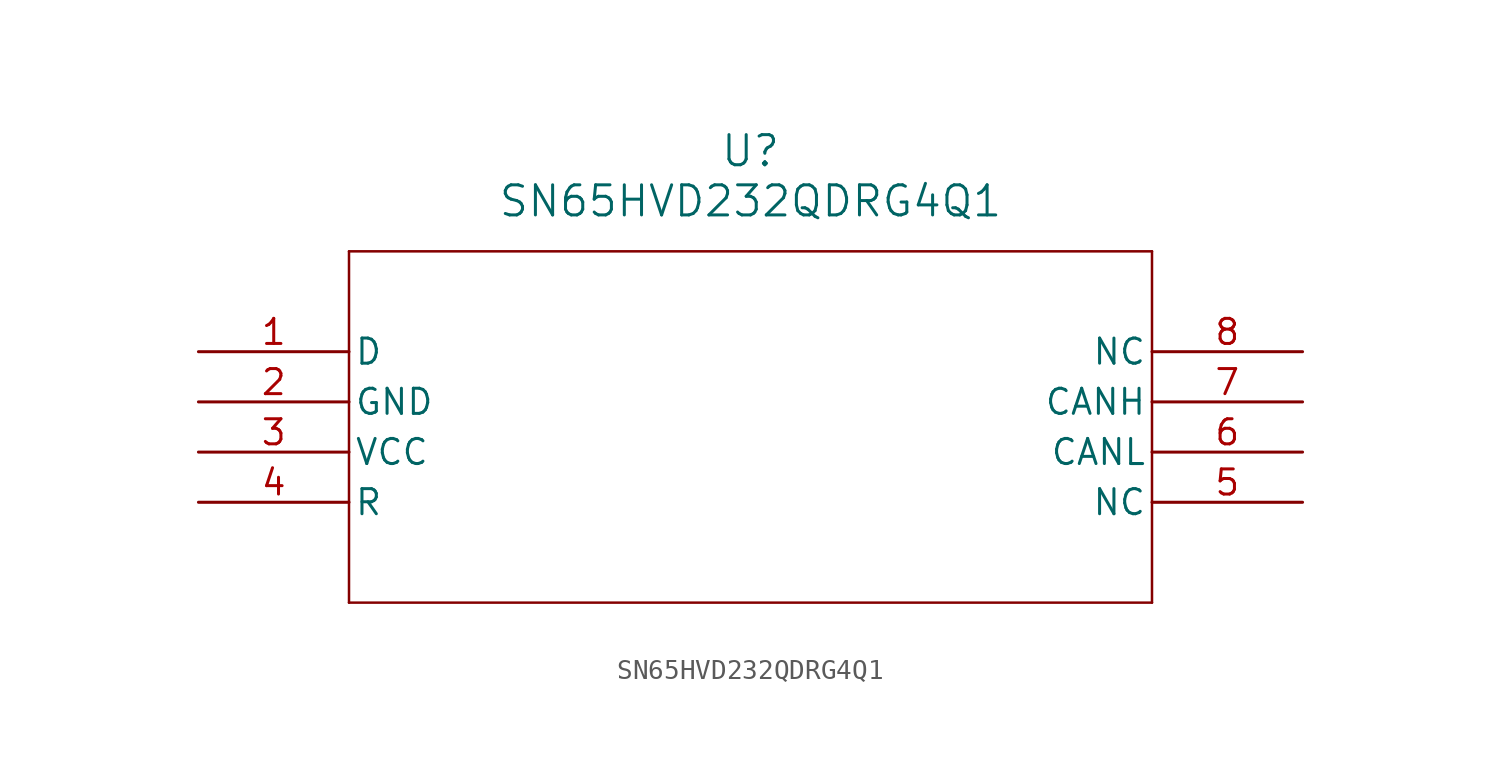
<source format=kicad_sym>
(kicad_symbol_lib
  (version 20211014)
  (generator kicad_symbol_editor)
  (symbol "SN65HVD232QDRG4Q1"
    (pin_names
      (offset 0.254))
    (property "Reference" "U"
      (at 27.94 10.16 0)
      (effects (font (size 1.524 1.524))))
    (property "Value" "SN65HVD232QDRG4Q1"
      (at 27.94 7.62 0)
      (effects (font (size 1.524 1.524))))
    (symbol "SN65HVD232QDRG4Q1_0_1"
      (polyline (pts (xy 7.62 5.08) (xy 7.62 -12.7)) (stroke (width 0.127) (type default) (color 0 0 0 0)) (fill (type none)))
      (polyline (pts (xy 7.62 -12.7) (xy 48.26 -12.7)) (stroke (width 0.127) (type default) (color 0 0 0 0)) (fill (type none)))
      (polyline (pts (xy 48.26 -12.7) (xy 48.26 5.08)) (stroke (width 0.127) (type default) (color 0 0 0 0)) (fill (type none)))
      (polyline (pts (xy 48.26 5.08) (xy 7.62 5.08)) (stroke (width 0.127) (type default) (color 0 0 0 0)) (fill (type none)))
      (pin input line (at 0 0 0) (length 7.62) (name "D" (effects (font (size 1.27 1.27)))) (number "1" (effects (font (size 1.27 1.27)))))
      (pin power_in line (at 0 -2.54 0) (length 7.62) (name "GND" (effects (font (size 1.27 1.27)))) (number "2" (effects (font (size 1.27 1.27)))))
      (pin power_in line (at 0 -5.08 0) (length 7.62) (name "VCC" (effects (font (size 1.27 1.27)))) (number "3" (effects (font (size 1.27 1.27)))))
      (pin input line (at 0 -7.62 0) (length 7.62) (name "R" (effects (font (size 1.27 1.27)))) (number "4" (effects (font (size 1.27 1.27)))))
      (pin unspecified line (at 55.88 -7.62 180) (length 7.62) (name "NC" (effects (font (size 1.27 1.27)))) (number "5" (effects (font (size 1.27 1.27)))))
      (pin output line (at 55.88 -5.08 180) (length 7.62) (name "CANL" (effects (font (size 1.27 1.27)))) (number "6" (effects (font (size 1.27 1.27)))))
      (pin output line (at 55.88 -2.54 180) (length 7.62) (name "CANH" (effects (font (size 1.27 1.27)))) (number "7" (effects (font (size 1.27 1.27)))))
      (pin unspecified line (at 55.88 0 180) (length 7.62) (name "NC" (effects (font (size 1.27 1.27)))) (number "8" (effects (font (size 1.27 1.27))))))))
</source>
